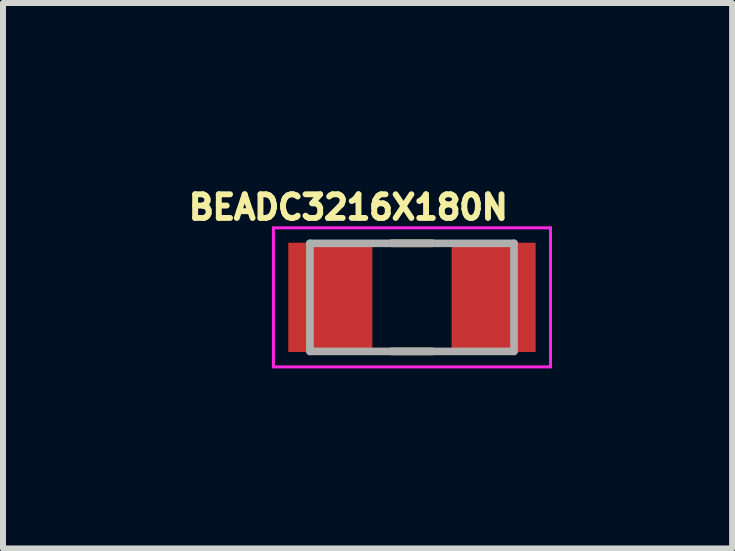
<source format=kicad_pcb>
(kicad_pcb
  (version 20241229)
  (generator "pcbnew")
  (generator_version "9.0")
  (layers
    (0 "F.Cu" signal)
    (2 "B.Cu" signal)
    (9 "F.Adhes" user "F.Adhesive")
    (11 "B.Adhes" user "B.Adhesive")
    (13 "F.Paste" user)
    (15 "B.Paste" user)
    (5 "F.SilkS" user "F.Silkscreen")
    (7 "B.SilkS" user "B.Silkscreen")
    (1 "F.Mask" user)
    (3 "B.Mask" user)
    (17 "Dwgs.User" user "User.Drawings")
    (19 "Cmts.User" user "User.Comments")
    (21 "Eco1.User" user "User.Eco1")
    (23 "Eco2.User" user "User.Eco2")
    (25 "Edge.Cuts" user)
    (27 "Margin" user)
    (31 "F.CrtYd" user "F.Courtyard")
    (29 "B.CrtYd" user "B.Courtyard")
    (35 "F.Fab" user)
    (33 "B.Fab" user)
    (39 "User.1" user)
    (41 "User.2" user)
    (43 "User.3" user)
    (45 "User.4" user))
  (footprint "BEADC3216X180N"
    (layer "F.Cu")
    (at 3.812 1.903)
    (property "Reference" "BEADC3216X180N" (at -1.06 -1.5 0) (layer "F.SilkS") (effects (font (size 0.394 0.394) (thickness 0.15))))
    (attr smd)
    (fp_line (start -0.34 -0.9) (end 0.34 -0.9) (stroke (width 0.127) (type solid)) (layer "F.SilkS"))
    (fp_line (start -0.34 0.9) (end 0.34 0.9) (stroke (width 0.127) (type solid)) (layer "F.SilkS"))
    (fp_line (start -2.308 -1.158) (end 2.308 -1.158) (stroke (width 0.05) (type solid)) (layer "F.CrtYd"))
    (fp_line (start -2.308 1.158) (end -2.308 -1.158) (stroke (width 0.05) (type solid)) (layer "F.CrtYd"))
    (fp_line (start -2.308 1.158) (end 2.308 1.158) (stroke (width 0.05) (type solid)) (layer "F.CrtYd"))
    (fp_line (start 2.308 1.158) (end 2.308 -1.158) (stroke (width 0.05) (type solid)) (layer "F.CrtYd"))
    (fp_line (start -1.7 0.9) (end -1.7 -0.9) (stroke (width 0.127) (type solid)) (layer "F.Fab"))
    (fp_line (start 1.7 -0.9) (end -1.7 -0.9) (stroke (width 0.127) (type solid)) (layer "F.Fab"))
    (fp_line (start 1.7 0.9) (end -1.7 0.9) (stroke (width 0.127) (type solid)) (layer "F.Fab"))
    (fp_line (start 1.7 0.9) (end 1.7 -0.9) (stroke (width 0.127) (type solid)) (layer "F.Fab"))
    (pad "1" smd rect (at -1.36 0) (size 1.4 1.82) (layers "F.Cu" "F.Mask" "F.Paste"))
    (pad "2" smd rect (at 1.36 0) (size 1.4 1.82) (layers "F.Cu" "F.Mask" "F.Paste")))
  (gr_rect
    (start -3 -3)
    (end 9.145 6.086)
    (stroke (width 0.1) (type default))
    (fill no)
    (layer "Edge.Cuts")))
</source>
